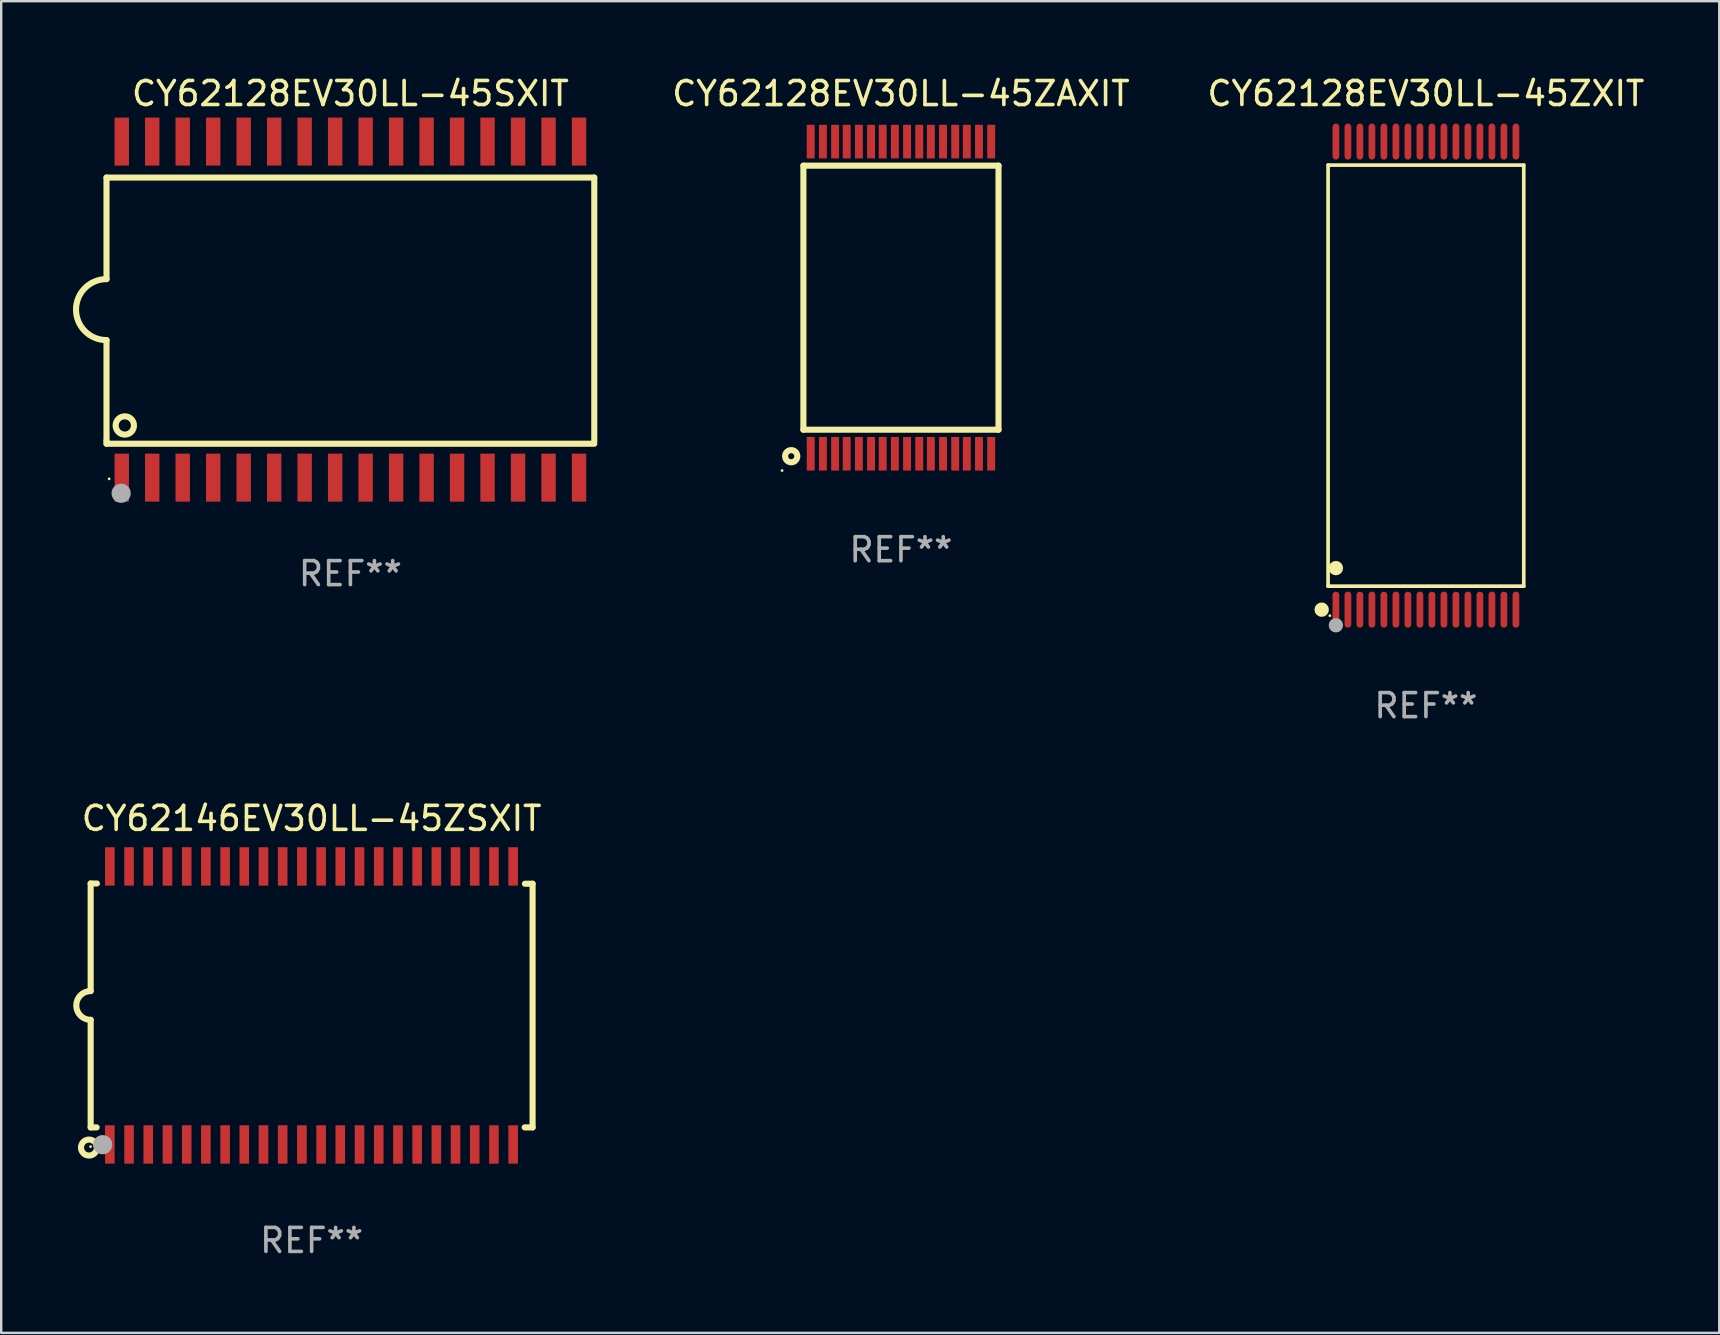
<source format=kicad_pcb>
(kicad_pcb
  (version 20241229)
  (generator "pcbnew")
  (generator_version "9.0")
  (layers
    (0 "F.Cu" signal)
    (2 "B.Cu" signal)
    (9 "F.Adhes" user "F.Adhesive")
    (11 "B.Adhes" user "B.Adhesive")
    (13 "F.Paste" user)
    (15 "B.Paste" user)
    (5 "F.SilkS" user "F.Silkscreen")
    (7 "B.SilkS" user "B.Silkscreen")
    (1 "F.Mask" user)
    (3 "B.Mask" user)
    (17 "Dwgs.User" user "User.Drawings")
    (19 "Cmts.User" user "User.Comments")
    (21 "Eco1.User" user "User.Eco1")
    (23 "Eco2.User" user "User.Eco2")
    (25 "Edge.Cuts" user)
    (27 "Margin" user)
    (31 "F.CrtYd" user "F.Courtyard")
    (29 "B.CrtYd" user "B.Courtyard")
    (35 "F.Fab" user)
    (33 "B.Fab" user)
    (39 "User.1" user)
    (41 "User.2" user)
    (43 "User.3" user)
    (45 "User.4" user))
  (footprint "CY62146EV30LL-45ZSXIT"
    (layer "F.Cu")
    (at 9.932 38.836)
    (property "Reference" "CY62146EV30LL-45ZSXIT" (at 0 -7.791 0) (layer "F.SilkS") (effects (font (size 1 1) (thickness 0.15))))
    (attr through_hole)
    (fp_line (start -9.205 -5.08) (end -9.205 -0.6) (stroke (width 0.254) (type solid)) (layer "F.SilkS"))
    (fp_line (start -9.205 5.08) (end -9.205 0.6) (stroke (width 0.254) (type solid)) (layer "F.SilkS"))
    (fp_line (start -8.955 5.08) (end -9.205 5.08) (stroke (width 0.254) (type solid)) (layer "F.SilkS"))
    (fp_line (start -8.945 -5.08) (end -9.205 -5.08) (stroke (width 0.254) (type solid)) (layer "F.SilkS"))
    (fp_line (start 8.885 -5.07) (end 9.205 -5.07) (stroke (width 0.254) (type solid)) (layer "F.SilkS"))
    (fp_line (start 9.205 -5.07) (end 9.205 5.08) (stroke (width 0.254) (type solid)) (layer "F.SilkS"))
    (fp_line (start 9.205 5.08) (end 8.875 5.08) (stroke (width 0.254) (type solid)) (layer "F.SilkS"))
    (fp_arc (start -9.204978 0.6) (mid -9.804623 0.000241) (end -9.204902 -0.599442) (stroke (width 0.254001) (type solid)) (layer "F.SilkS"))
    (fp_circle (center -9.275 5.92) (end -8.942 5.92) (stroke (width 0.254) (type solid)) (fill no) (layer "F.SilkS"))
    (fp_circle (center -9.21 5.88) (end -9.18 5.88) (stroke (width 0.06) (type solid)) (fill no) (layer "F.SilkS"))
    (fp_circle (center -8.705 5.8) (end -8.505 5.8) (stroke (width 0.4) (type solid)) (fill no) (layer "F.Fab"))
    (fp_text user "REF**" (at 0 9.791 0) (layer "F.Fab") (effects (font (size 1 1) (thickness 0.15))))
    (pad "1" smd rect (at -8.405 5.791) (size 0.4 1.6) (layers "F.Cu" "F.Mask" "F.Paste"))
    (pad "2" smd rect (at -7.605 5.791) (size 0.4 1.6) (layers "F.Cu" "F.Mask" "F.Paste"))
    (pad "3" smd rect (at -6.806 5.791) (size 0.4 1.6) (layers "F.Cu" "F.Mask" "F.Paste"))
    (pad "4" smd rect (at -6.005 5.791) (size 0.4 1.6) (layers "F.Cu" "F.Mask" "F.Paste"))
    (pad "5" smd rect (at -5.204 5.791) (size 0.4 1.6) (layers "F.Cu" "F.Mask" "F.Paste"))
    (pad "6" smd rect (at -4.405 5.791) (size 0.4 1.6) (layers "F.Cu" "F.Mask" "F.Paste"))
    (pad "7" smd rect (at -3.604 5.791) (size 0.4 1.6) (layers "F.Cu" "F.Mask" "F.Paste"))
    (pad "8" smd rect (at -2.805 5.791) (size 0.4 1.6) (layers "F.Cu" "F.Mask" "F.Paste"))
    (pad "9" smd rect (at -2.005 5.791) (size 0.4 1.6) (layers "F.Cu" "F.Mask" "F.Paste"))
    (pad "10" smd rect (at -1.206 5.791) (size 0.4 1.6) (layers "F.Cu" "F.Mask" "F.Paste"))
    (pad "11" smd rect (at -0.405 5.791) (size 0.4 1.6) (layers "F.Cu" "F.Mask" "F.Paste"))
    (pad "12" smd rect (at 0.395 5.791) (size 0.4 1.6) (layers "F.Cu" "F.Mask" "F.Paste"))
    (pad "13" smd rect (at 1.194 5.791) (size 0.4 1.6) (layers "F.Cu" "F.Mask" "F.Paste"))
    (pad "14" smd rect (at 1.995 5.791) (size 0.4 1.6) (layers "F.Cu" "F.Mask" "F.Paste"))
    (pad "15" smd rect (at 2.796 5.791) (size 0.4 1.6) (layers "F.Cu" "F.Mask" "F.Paste"))
    (pad "16" smd rect (at 3.595 5.791) (size 0.4 1.6) (layers "F.Cu" "F.Mask" "F.Paste"))
    (pad "17" smd rect (at 4.396 5.791) (size 0.4 1.6) (layers "F.Cu" "F.Mask" "F.Paste"))
    (pad "18" smd rect (at 5.196 5.791) (size 0.4 1.6) (layers "F.Cu" "F.Mask" "F.Paste"))
    (pad "19" smd rect (at 5.995 5.791) (size 0.4 1.6) (layers "F.Cu" "F.Mask" "F.Paste"))
    (pad "20" smd rect (at 6.794 5.791) (size 0.4 1.6) (layers "F.Cu" "F.Mask" "F.Paste"))
    (pad "21" smd rect (at 7.595 5.791) (size 0.4 1.6) (layers "F.Cu" "F.Mask" "F.Paste"))
    (pad "22" smd rect (at 8.395 5.791) (size 0.4 1.6) (layers "F.Cu" "F.Mask" "F.Paste"))
    (pad "23" smd rect (at 8.395 -5.791) (size 0.4 1.6) (layers "F.Cu" "F.Mask" "F.Paste"))
    (pad "24" smd rect (at 7.595 -5.791) (size 0.4 1.6) (layers "F.Cu" "F.Mask" "F.Paste"))
    (pad "25" smd rect (at 6.794 -5.791) (size 0.4 1.6) (layers "F.Cu" "F.Mask" "F.Paste"))
    (pad "26" smd rect (at 5.995 -5.791) (size 0.4 1.6) (layers "F.Cu" "F.Mask" "F.Paste"))
    (pad "27" smd rect (at 5.196 -5.791) (size 0.4 1.6) (layers "F.Cu" "F.Mask" "F.Paste"))
    (pad "28" smd rect (at 4.396 -5.791) (size 0.4 1.6) (layers "F.Cu" "F.Mask" "F.Paste"))
    (pad "29" smd rect (at 3.595 -5.791) (size 0.4 1.6) (layers "F.Cu" "F.Mask" "F.Paste"))
    (pad "30" smd rect (at 2.796 -5.791) (size 0.4 1.6) (layers "F.Cu" "F.Mask" "F.Paste"))
    (pad "31" smd rect (at 1.995 -5.791) (size 0.4 1.6) (layers "F.Cu" "F.Mask" "F.Paste"))
    (pad "32" smd rect (at 1.194 -5.791) (size 0.4 1.6) (layers "F.Cu" "F.Mask" "F.Paste"))
    (pad "33" smd rect (at 0.395 -5.791) (size 0.4 1.6) (layers "F.Cu" "F.Mask" "F.Paste"))
    (pad "34" smd rect (at -0.405 -5.791) (size 0.4 1.6) (layers "F.Cu" "F.Mask" "F.Paste"))
    (pad "35" smd rect (at -1.206 -5.791) (size 0.4 1.6) (layers "F.Cu" "F.Mask" "F.Paste"))
    (pad "36" smd rect (at -2.005 -5.791) (size 0.4 1.6) (layers "F.Cu" "F.Mask" "F.Paste"))
    (pad "37" smd rect (at -2.805 -5.791) (size 0.4 1.6) (layers "F.Cu" "F.Mask" "F.Paste"))
    (pad "38" smd rect (at -3.604 -5.791) (size 0.4 1.6) (layers "F.Cu" "F.Mask" "F.Paste"))
    (pad "39" smd rect (at -4.405 -5.791) (size 0.4 1.6) (layers "F.Cu" "F.Mask" "F.Paste"))
    (pad "40" smd rect (at -5.204 -5.791) (size 0.4 1.6) (layers "F.Cu" "F.Mask" "F.Paste"))
    (pad "41" smd rect (at -6.005 -5.791) (size 0.4 1.6) (layers "F.Cu" "F.Mask" "F.Paste"))
    (pad "42" smd rect (at -6.806 -5.791) (size 0.4 1.6) (layers "F.Cu" "F.Mask" "F.Paste"))
    (pad "43" smd rect (at -7.605 -5.791) (size 0.4 1.6) (layers "F.Cu" "F.Mask" "F.Paste"))
    (pad "44" smd rect (at -8.405 -5.791) (size 0.4 1.6) (layers "F.Cu" "F.Mask" "F.Paste")))
  (footprint "CY62128EV30LL-45ZAXIT"
    (layer "F.Cu")
    (at 34.483 9.351)
    (property "Reference" "CY62128EV30LL-45ZAXIT" (at 0 -8.502 0) (layer "F.SilkS") (effects (font (size 1 1) (thickness 0.15))))
    (attr through_hole)
    (fp_line (start -4.064 -5.5) (end 4.064 -5.5) (stroke (width 0.254) (type solid)) (layer "F.SilkS"))
    (fp_line (start -4.064 5.5) (end -4.064 -5.5) (stroke (width 0.254) (type solid)) (layer "F.SilkS"))
    (fp_line (start -4.064 5.5) (end 4.064 5.5) (stroke (width 0.254) (type solid)) (layer "F.SilkS"))
    (fp_line (start 4.064 -5.5) (end 4.064 5.5) (stroke (width 0.254) (type solid)) (layer "F.SilkS"))
    (fp_circle (center -4.953 7.202) (end -4.923 7.202) (stroke (width 0.06) (type solid)) (fill no) (layer "F.SilkS"))
    (fp_circle (center -4.572 6.604) (end -4.318 6.604) (stroke (width 0.254) (type solid)) (fill no) (layer "F.SilkS"))
    (fp_text user "REF**" (at 0 10.502 0) (layer "F.Fab") (effects (font (size 1 1) (thickness 0.15))))
    (pad "1" smd rect (at -3.759 6.502 180) (size 0.33 1.4) (layers "F.Cu" "F.Mask" "F.Paste"))
    (pad "2" smd rect (at -3.251 6.502 180) (size 0.33 1.4) (layers "F.Cu" "F.Mask" "F.Paste"))
    (pad "3" smd rect (at -2.743 6.502 180) (size 0.33 1.4) (layers "F.Cu" "F.Mask" "F.Paste"))
    (pad "4" smd rect (at -2.261 6.502 180) (size 0.33 1.4) (layers "F.Cu" "F.Mask" "F.Paste"))
    (pad "5" smd rect (at -1.753 6.502 180) (size 0.33 1.4) (layers "F.Cu" "F.Mask" "F.Paste"))
    (pad "6" smd rect (at -1.245 6.502 180) (size 0.33 1.4) (layers "F.Cu" "F.Mask" "F.Paste"))
    (pad "7" smd rect (at -0.762 6.502 180) (size 0.33 1.4) (layers "F.Cu" "F.Mask" "F.Paste"))
    (pad "8" smd rect (at -0.254 6.502 180) (size 0.33 1.4) (layers "F.Cu" "F.Mask" "F.Paste"))
    (pad "9" smd rect (at 0.254 6.502 180) (size 0.33 1.4) (layers "F.Cu" "F.Mask" "F.Paste"))
    (pad "10" smd rect (at 0.762 6.502 180) (size 0.33 1.4) (layers "F.Cu" "F.Mask" "F.Paste"))
    (pad "11" smd rect (at 1.245 6.502 180) (size 0.33 1.4) (layers "F.Cu" "F.Mask" "F.Paste"))
    (pad "12" smd rect (at 1.753 6.502 180) (size 0.33 1.4) (layers "F.Cu" "F.Mask" "F.Paste"))
    (pad "13" smd rect (at 2.261 6.502 180) (size 0.33 1.4) (layers "F.Cu" "F.Mask" "F.Paste"))
    (pad "14" smd rect (at 2.743 6.502 180) (size 0.33 1.4) (layers "F.Cu" "F.Mask" "F.Paste"))
    (pad "15" smd rect (at 3.251 6.502 180) (size 0.33 1.4) (layers "F.Cu" "F.Mask" "F.Paste"))
    (pad "16" smd rect (at 3.759 6.502 180) (size 0.33 1.4) (layers "F.Cu" "F.Mask" "F.Paste"))
    (pad "17" smd rect (at 3.759 -6.502) (size 0.33 1.4) (layers "F.Cu" "F.Mask" "F.Paste"))
    (pad "18" smd rect (at 3.251 -6.502) (size 0.33 1.4) (layers "F.Cu" "F.Mask" "F.Paste"))
    (pad "19" smd rect (at 2.743 -6.502) (size 0.33 1.4) (layers "F.Cu" "F.Mask" "F.Paste"))
    (pad "20" smd rect (at 2.261 -6.502) (size 0.33 1.4) (layers "F.Cu" "F.Mask" "F.Paste"))
    (pad "21" smd rect (at 1.753 -6.502) (size 0.33 1.4) (layers "F.Cu" "F.Mask" "F.Paste"))
    (pad "22" smd rect (at 1.245 -6.502) (size 0.33 1.4) (layers "F.Cu" "F.Mask" "F.Paste"))
    (pad "23" smd rect (at 0.762 -6.502) (size 0.33 1.4) (layers "F.Cu" "F.Mask" "F.Paste"))
    (pad "24" smd rect (at 0.254 -6.502) (size 0.33 1.4) (layers "F.Cu" "F.Mask" "F.Paste"))
    (pad "25" smd rect (at -0.254 -6.502) (size 0.33 1.4) (layers "F.Cu" "F.Mask" "F.Paste"))
    (pad "26" smd rect (at -0.762 -6.502) (size 0.33 1.4) (layers "F.Cu" "F.Mask" "F.Paste"))
    (pad "27" smd rect (at -1.245 -6.502) (size 0.33 1.4) (layers "F.Cu" "F.Mask" "F.Paste"))
    (pad "28" smd rect (at -1.753 -6.502) (size 0.33 1.4) (layers "F.Cu" "F.Mask" "F.Paste"))
    (pad "29" smd rect (at -2.261 -6.502) (size 0.33 1.4) (layers "F.Cu" "F.Mask" "F.Paste"))
    (pad "30" smd rect (at -2.743 -6.502) (size 0.33 1.4) (layers "F.Cu" "F.Mask" "F.Paste"))
    (pad "31" smd rect (at -3.251 -6.502) (size 0.33 1.4) (layers "F.Cu" "F.Mask" "F.Paste"))
    (pad "32" smd rect (at -3.759 -6.502) (size 0.33 1.4) (layers "F.Cu" "F.Mask" "F.Paste")))
  (footprint "CY62128EV30LL-45ZXIT"
    (layer "F.Cu")
    (at 56.352 12.598)
    (property "Reference" "CY62128EV30LL-45ZXIT" (at 0 -11.75 0) (layer "F.SilkS") (effects (font (size 1 1) (thickness 0.15))))
    (attr through_hole)
    (fp_line (start -4.076 -8.771) (end 4.076 -8.771) (stroke (width 0.152) (type solid)) (layer "F.SilkS"))
    (fp_line (start -4.076 8.771) (end -4.076 -8.771) (stroke (width 0.152) (type solid)) (layer "F.SilkS"))
    (fp_line (start 4.076 -8.771) (end 4.076 8.771) (stroke (width 0.152) (type solid)) (layer "F.SilkS"))
    (fp_line (start 4.076 8.771) (end -4.076 8.771) (stroke (width 0.152) (type solid)) (layer "F.SilkS"))
    (fp_circle (center -4.342 9.75) (end -4.192 9.75) (stroke (width 0.3) (type solid)) (fill no) (layer "F.SilkS"))
    (fp_circle (center -4 10) (end -3.97 10) (stroke (width 0.06) (type solid)) (fill no) (layer "F.SilkS"))
    (fp_circle (center -3.75 8.019) (end -3.6 8.019) (stroke (width 0.3) (type solid)) (fill no) (layer "F.SilkS"))
    (fp_circle (center -3.75 10.4) (end -3.6 10.4) (stroke (width 0.3) (type solid)) (fill no) (layer "F.Fab"))
    (fp_text user "REF**" (at 0 13.75 0) (layer "F.Fab") (effects (font (size 1 1) (thickness 0.15))))
    (pad "1" smd oval (at -3.75 9.75) (size 0.28 1.5) (layers "F.Cu" "F.Mask" "F.Paste"))
    (pad "2" smd oval (at -3.25 9.75) (size 0.28 1.5) (layers "F.Cu" "F.Mask" "F.Paste"))
    (pad "3" smd oval (at -2.75 9.75) (size 0.28 1.5) (layers "F.Cu" "F.Mask" "F.Paste"))
    (pad "4" smd oval (at -2.25 9.75) (size 0.28 1.5) (layers "F.Cu" "F.Mask" "F.Paste"))
    (pad "5" smd oval (at -1.75 9.75) (size 0.28 1.5) (layers "F.Cu" "F.Mask" "F.Paste"))
    (pad "6" smd oval (at -1.25 9.75) (size 0.28 1.5) (layers "F.Cu" "F.Mask" "F.Paste"))
    (pad "7" smd oval (at -0.75 9.75) (size 0.28 1.5) (layers "F.Cu" "F.Mask" "F.Paste"))
    (pad "8" smd oval (at -0.25 9.75) (size 0.28 1.5) (layers "F.Cu" "F.Mask" "F.Paste"))
    (pad "9" smd oval (at 0.25 9.75) (size 0.28 1.5) (layers "F.Cu" "F.Mask" "F.Paste"))
    (pad "10" smd oval (at 0.75 9.75) (size 0.28 1.5) (layers "F.Cu" "F.Mask" "F.Paste"))
    (pad "11" smd oval (at 1.25 9.75) (size 0.28 1.5) (layers "F.Cu" "F.Mask" "F.Paste"))
    (pad "12" smd oval (at 1.75 9.75) (size 0.28 1.5) (layers "F.Cu" "F.Mask" "F.Paste"))
    (pad "13" smd oval (at 2.25 9.75) (size 0.28 1.5) (layers "F.Cu" "F.Mask" "F.Paste"))
    (pad "14" smd oval (at 2.75 9.75) (size 0.28 1.5) (layers "F.Cu" "F.Mask" "F.Paste"))
    (pad "15" smd oval (at 3.25 9.75) (size 0.28 1.5) (layers "F.Cu" "F.Mask" "F.Paste"))
    (pad "16" smd oval (at 3.75 9.75) (size 0.28 1.5) (layers "F.Cu" "F.Mask" "F.Paste"))
    (pad "17" smd oval (at 3.75 -9.75) (size 0.28 1.5) (layers "F.Cu" "F.Mask" "F.Paste"))
    (pad "18" smd oval (at 3.25 -9.75) (size 0.28 1.5) (layers "F.Cu" "F.Mask" "F.Paste"))
    (pad "19" smd oval (at 2.75 -9.75) (size 0.28 1.5) (layers "F.Cu" "F.Mask" "F.Paste"))
    (pad "20" smd oval (at 2.25 -9.75) (size 0.28 1.5) (layers "F.Cu" "F.Mask" "F.Paste"))
    (pad "21" smd oval (at 1.75 -9.75) (size 0.28 1.5) (layers "F.Cu" "F.Mask" "F.Paste"))
    (pad "22" smd oval (at 1.25 -9.75) (size 0.28 1.5) (layers "F.Cu" "F.Mask" "F.Paste"))
    (pad "23" smd oval (at 0.75 -9.75) (size 0.28 1.5) (layers "F.Cu" "F.Mask" "F.Paste"))
    (pad "24" smd oval (at 0.25 -9.75) (size 0.28 1.5) (layers "F.Cu" "F.Mask" "F.Paste"))
    (pad "25" smd oval (at -0.25 -9.75) (size 0.28 1.5) (layers "F.Cu" "F.Mask" "F.Paste"))
    (pad "26" smd oval (at -0.75 -9.75) (size 0.28 1.5) (layers "F.Cu" "F.Mask" "F.Paste"))
    (pad "27" smd oval (at -1.25 -9.75) (size 0.28 1.5) (layers "F.Cu" "F.Mask" "F.Paste"))
    (pad "28" smd oval (at -1.75 -9.75) (size 0.28 1.5) (layers "F.Cu" "F.Mask" "F.Paste"))
    (pad "29" smd oval (at -2.25 -9.75) (size 0.28 1.5) (layers "F.Cu" "F.Mask" "F.Paste"))
    (pad "30" smd oval (at -2.75 -9.75) (size 0.28 1.5) (layers "F.Cu" "F.Mask" "F.Paste"))
    (pad "31" smd oval (at -3.25 -9.75) (size 0.28 1.5) (layers "F.Cu" "F.Mask" "F.Paste"))
    (pad "32" smd oval (at -3.75 -9.75) (size 0.28 1.5) (layers "F.Cu" "F.Mask" "F.Paste")))
  (footprint "CY62128EV30LL-45SXIT"
    (layer "F.Cu")
    (at 11.547 9.848)
    (property "Reference" "CY62128EV30LL-45SXIT" (at 0 -9 0) (layer "F.SilkS") (effects (font (size 1 1) (thickness 0.15))))
    (attr through_hole)
    (fp_line (start -10.16 -5.5) (end -10.16 -1.27) (stroke (width 0.254) (type solid)) (layer "F.SilkS"))
    (fp_line (start -10.16 1.27) (end -10.16 5.461) (stroke (width 0.254) (type solid)) (layer "F.SilkS"))
    (fp_line (start -10.16 5.461) (end -10.16 5.588) (stroke (width 0.254) (type solid)) (layer "F.SilkS"))
    (fp_line (start -10.16 5.588) (end 10.16 5.588) (stroke (width 0.254) (type solid)) (layer "F.SilkS"))
    (fp_line (start 10.16 -5.5) (end -10.16 -5.5) (stroke (width 0.254) (type solid)) (layer "F.SilkS"))
    (fp_line (start 10.16 -5.5) (end 10.16 5.5) (stroke (width 0.254) (type solid)) (layer "F.SilkS"))
    (fp_arc (start -10.16002 1.270003) (mid -11.42003 0) (end -10.16002 -1.270003) (stroke (width 0.254001) (type solid)) (layer "F.SilkS"))
    (fp_circle (center -10.05 7.05) (end -10.02 7.05) (stroke (width 0.06) (type solid)) (fill no) (layer "F.SilkS"))
    (fp_circle (center -9.398 4.826) (end -9.017 4.826) (stroke (width 0.254) (type solid)) (fill no) (layer "F.SilkS"))
    (fp_circle (center -9.55 7.65) (end -9.35 7.65) (stroke (width 0.4) (type solid)) (fill no) (layer "F.Fab"))
    (fp_text user "REF**" (at 0 11 0) (layer "F.Fab") (effects (font (size 1 1) (thickness 0.15))))
    (pad "1" smd rect (at -9.525 7) (size 0.6 2) (layers "F.Cu" "F.Mask" "F.Paste"))
    (pad "2" smd rect (at -8.255 7) (size 0.6 2) (layers "F.Cu" "F.Mask" "F.Paste"))
    (pad "3" smd rect (at -6.985 7) (size 0.6 2) (layers "F.Cu" "F.Mask" "F.Paste"))
    (pad "4" smd rect (at -5.715 7) (size 0.6 2) (layers "F.Cu" "F.Mask" "F.Paste"))
    (pad "5" smd rect (at -4.445 7) (size 0.6 2) (layers "F.Cu" "F.Mask" "F.Paste"))
    (pad "6" smd rect (at -3.175 7) (size 0.6 2) (layers "F.Cu" "F.Mask" "F.Paste"))
    (pad "7" smd rect (at -1.905 7) (size 0.6 2) (layers "F.Cu" "F.Mask" "F.Paste"))
    (pad "8" smd rect (at -0.635 7) (size 0.6 2) (layers "F.Cu" "F.Mask" "F.Paste"))
    (pad "9" smd rect (at 0.635 7) (size 0.6 2) (layers "F.Cu" "F.Mask" "F.Paste"))
    (pad "10" smd rect (at 1.905 7) (size 0.6 2) (layers "F.Cu" "F.Mask" "F.Paste"))
    (pad "11" smd rect (at 3.175 7) (size 0.6 2) (layers "F.Cu" "F.Mask" "F.Paste"))
    (pad "12" smd rect (at 4.445 7) (size 0.6 2) (layers "F.Cu" "F.Mask" "F.Paste"))
    (pad "13" smd rect (at 5.715 7) (size 0.6 2) (layers "F.Cu" "F.Mask" "F.Paste"))
    (pad "14" smd rect (at 6.985 7) (size 0.6 2) (layers "F.Cu" "F.Mask" "F.Paste"))
    (pad "15" smd rect (at 8.255 7) (size 0.6 2) (layers "F.Cu" "F.Mask" "F.Paste"))
    (pad "16" smd rect (at 9.525 7) (size 0.6 2) (layers "F.Cu" "F.Mask" "F.Paste"))
    (pad "17" smd rect (at 9.525 -7) (size 0.6 2) (layers "F.Cu" "F.Mask" "F.Paste"))
    (pad "18" smd rect (at 8.255 -7) (size 0.6 2) (layers "F.Cu" "F.Mask" "F.Paste"))
    (pad "19" smd rect (at 6.985 -7) (size 0.6 2) (layers "F.Cu" "F.Mask" "F.Paste"))
    (pad "20" smd rect (at 5.715 -7) (size 0.6 2) (layers "F.Cu" "F.Mask" "F.Paste"))
    (pad "21" smd rect (at 4.445 -7) (size 0.6 2) (layers "F.Cu" "F.Mask" "F.Paste"))
    (pad "22" smd rect (at 3.175 -7) (size 0.6 2) (layers "F.Cu" "F.Mask" "F.Paste"))
    (pad "23" smd rect (at 1.905 -7) (size 0.6 2) (layers "F.Cu" "F.Mask" "F.Paste"))
    (pad "24" smd rect (at 0.635 -7) (size 0.6 2) (layers "F.Cu" "F.Mask" "F.Paste"))
    (pad "25" smd rect (at -0.635 -7) (size 0.6 2) (layers "F.Cu" "F.Mask" "F.Paste"))
    (pad "26" smd rect (at -1.905 -7) (size 0.6 2) (layers "F.Cu" "F.Mask" "F.Paste"))
    (pad "27" smd rect (at -3.175 -7) (size 0.6 2) (layers "F.Cu" "F.Mask" "F.Paste"))
    (pad "28" smd rect (at -4.445 -7) (size 0.6 2) (layers "F.Cu" "F.Mask" "F.Paste"))
    (pad "29" smd rect (at -5.715 -7) (size 0.6 2) (layers "F.Cu" "F.Mask" "F.Paste"))
    (pad "30" smd rect (at -6.985 -7) (size 0.6 2) (layers "F.Cu" "F.Mask" "F.Paste"))
    (pad "31" smd rect (at -8.255 -7) (size 0.6 2) (layers "F.Cu" "F.Mask" "F.Paste"))
    (pad "32" smd rect (at -9.525 -7) (size 0.6 2) (layers "F.Cu" "F.Mask" "F.Paste")))
  (gr_rect
    (start -3 -3)
    (end 68.572 52.476)
    (stroke (width 0.1) (type default))
    (fill no)
    (layer "Edge.Cuts")))
</source>
